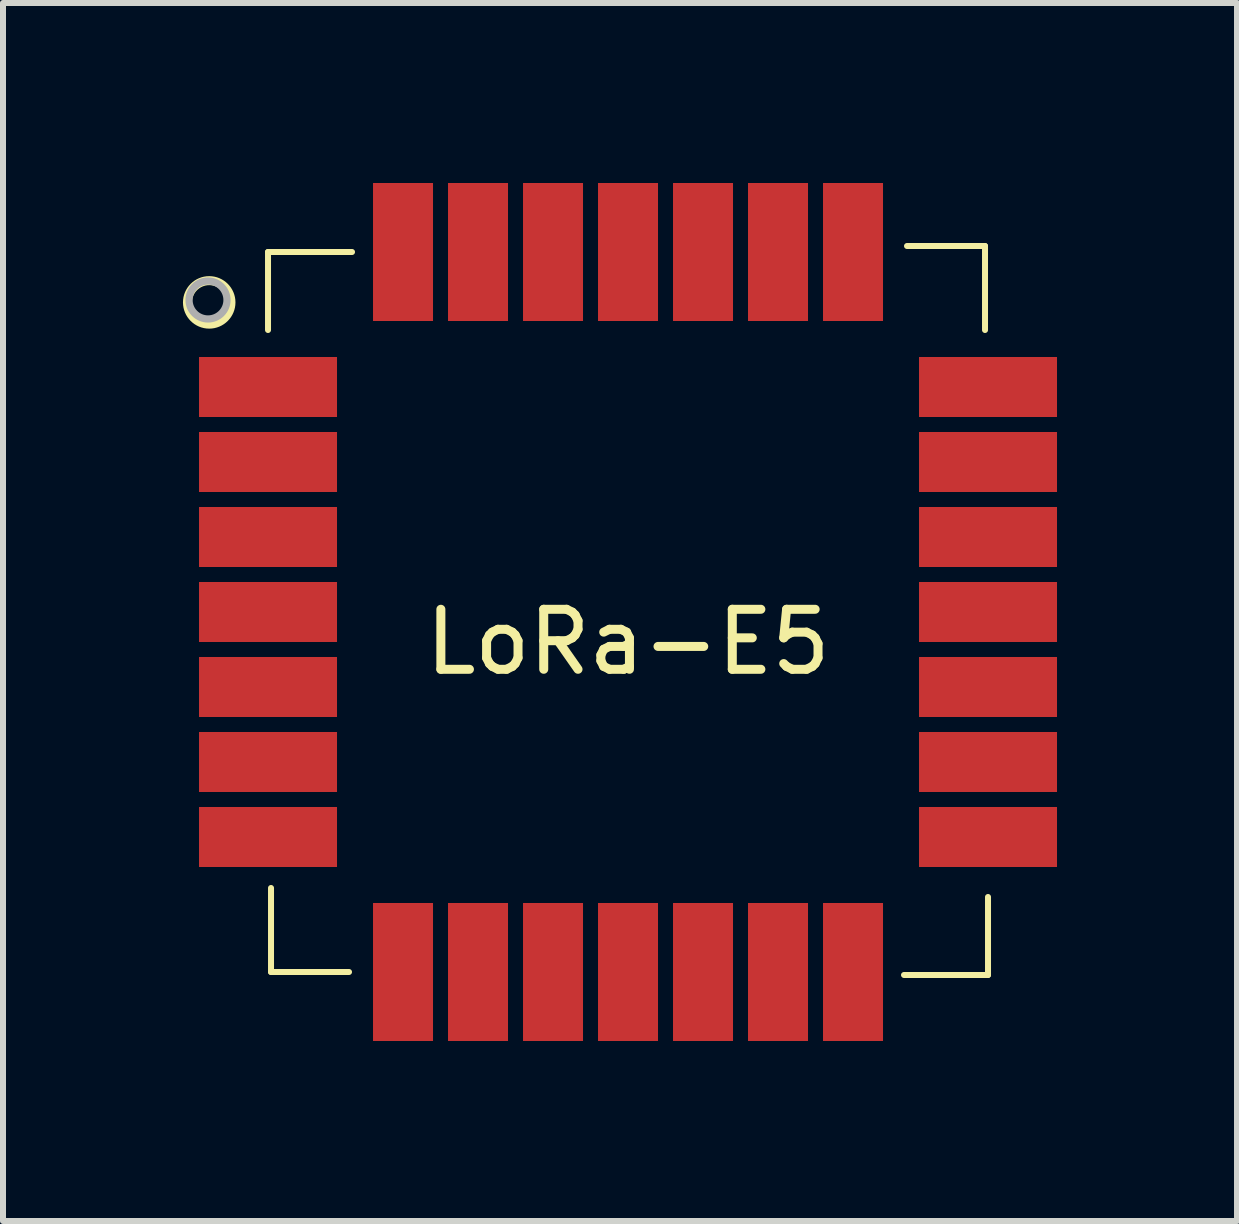
<source format=kicad_pcb>
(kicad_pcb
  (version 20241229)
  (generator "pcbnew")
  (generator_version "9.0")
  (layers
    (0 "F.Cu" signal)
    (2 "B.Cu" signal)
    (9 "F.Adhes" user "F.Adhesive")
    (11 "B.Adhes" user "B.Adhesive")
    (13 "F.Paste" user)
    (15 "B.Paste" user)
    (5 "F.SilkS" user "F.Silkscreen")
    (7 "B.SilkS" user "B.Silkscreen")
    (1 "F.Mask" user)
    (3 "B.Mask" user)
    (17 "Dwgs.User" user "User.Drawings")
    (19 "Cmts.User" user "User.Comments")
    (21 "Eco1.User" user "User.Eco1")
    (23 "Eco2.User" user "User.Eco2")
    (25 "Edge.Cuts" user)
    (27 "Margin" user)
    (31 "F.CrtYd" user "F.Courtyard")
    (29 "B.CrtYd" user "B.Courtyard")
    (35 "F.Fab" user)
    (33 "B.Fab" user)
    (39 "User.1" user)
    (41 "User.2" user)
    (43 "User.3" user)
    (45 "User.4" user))
  (footprint "LoRa-E5"
    (layer "F.Cu")
    (at 7.417 7.15)
    (property "Reference" "LoRa-E5" (at 0 0.5 0) (layer "F.SilkS") (effects (font (size 1 1) (thickness 0.15))))
    (attr through_hole)
    (fp_line (start -6 -6) (end -4.6 -6) (stroke (width 0.1) (type default)) (layer "F.SilkS"))
    (fp_line (start -6 -4.7) (end -6 -6) (stroke (width 0.1) (type default)) (layer "F.SilkS"))
    (fp_line (start -5.95 6) (end -5.95 4.6) (stroke (width 0.1) (type default)) (layer "F.SilkS"))
    (fp_line (start -4.65 6) (end -5.95 6) (stroke (width 0.1) (type default)) (layer "F.SilkS"))
    (fp_line (start 4.65 -6.1) (end 5.95 -6.1) (stroke (width 0.1) (type default)) (layer "F.SilkS"))
    (fp_line (start 5.95 -6.1) (end 5.95 -4.7) (stroke (width 0.1) (type default)) (layer "F.SilkS"))
    (fp_line (start 6 4.75) (end 6 6.05) (stroke (width 0.1) (type default)) (layer "F.SilkS"))
    (fp_line (start 6 6.05) (end 4.6 6.05) (stroke (width 0.1) (type default)) (layer "F.SilkS"))
    (fp_circle (center -6.98 -5.16) (end -6.66 -4.99) (stroke (width 0.15) (type solid)) (fill no) (layer "F.SilkS"))
    (fp_circle (center -7 -5.2) (end -6.7 -5.1) (stroke (width 0.12) (type solid)) (fill no) (layer "F.Fab"))
    (pad "1" smd rect (at -6 -3.75 90) (size 1 2.3) (layers "F.Cu" "F.Mask" "F.Paste"))
    (pad "2" smd rect (at -6 -2.5 90) (size 1 2.3) (layers "F.Cu" "F.Mask" "F.Paste"))
    (pad "3" smd rect (at -6 -1.25 90) (size 1 2.3) (layers "F.Cu" "F.Mask" "F.Paste"))
    (pad "4" smd rect (at -6 0 90) (size 1 2.3) (layers "F.Cu" "F.Mask" "F.Paste"))
    (pad "5" smd rect (at -6 1.25 90) (size 1 2.3) (layers "F.Cu" "F.Mask" "F.Paste"))
    (pad "6" smd rect (at -6 2.5 90) (size 1 2.3) (layers "F.Cu" "F.Mask" "F.Paste"))
    (pad "7" smd rect (at -6 3.75 90) (size 1 2.3) (layers "F.Cu" "F.Mask" "F.Paste"))
    (pad "8" smd rect (at -3.75 6 180) (size 1 2.3) (layers "F.Cu" "F.Mask" "F.Paste"))
    (pad "9" smd rect (at -2.5 6 180) (size 1 2.3) (layers "F.Cu" "F.Mask" "F.Paste"))
    (pad "10" smd rect (at -1.25 6 180) (size 1 2.3) (layers "F.Cu" "F.Mask" "F.Paste"))
    (pad "11" smd rect (at 0 6 180) (size 1 2.3) (layers "F.Cu" "F.Mask" "F.Paste"))
    (pad "12" smd rect (at 1.25 6 180) (size 1 2.3) (layers "F.Cu" "F.Mask" "F.Paste"))
    (pad "13" smd rect (at 2.5 6 180) (size 1 2.3) (layers "F.Cu" "F.Mask" "F.Paste"))
    (pad "14" smd rect (at 3.75 6 180) (size 1 2.3) (layers "F.Cu" "F.Mask" "F.Paste"))
    (pad "15" smd rect (at 6 3.75 270) (size 1 2.3) (layers "F.Cu" "F.Mask" "F.Paste"))
    (pad "16" smd rect (at 6 2.5 270) (size 1 2.3) (layers "F.Cu" "F.Mask" "F.Paste"))
    (pad "17" smd rect (at 6 1.25 270) (size 1 2.3) (layers "F.Cu" "F.Mask" "F.Paste"))
    (pad "18" smd rect (at 6 0 270) (size 1 2.3) (layers "F.Cu" "F.Mask" "F.Paste"))
    (pad "19" smd rect (at 6 -1.25 270) (size 1 2.3) (layers "F.Cu" "F.Mask" "F.Paste"))
    (pad "20" smd rect (at 6 -2.5 270) (size 1 2.3) (layers "F.Cu" "F.Mask" "F.Paste"))
    (pad "21" smd rect (at 6 -3.75 270) (size 1 2.3) (layers "F.Cu" "F.Mask" "F.Paste"))
    (pad "22" smd rect (at 3.75 -6) (size 1 2.3) (layers "F.Cu" "F.Mask" "F.Paste"))
    (pad "23" smd rect (at 2.5 -6) (size 1 2.3) (layers "F.Cu" "F.Mask" "F.Paste"))
    (pad "24" smd rect (at 1.25 -6) (size 1 2.3) (layers "F.Cu" "F.Mask" "F.Paste"))
    (pad "25" smd rect (at 0 -6) (size 1 2.3) (layers "F.Cu" "F.Mask" "F.Paste"))
    (pad "26" smd rect (at -1.25 -6) (size 1 2.3) (layers "F.Cu" "F.Mask" "F.Paste"))
    (pad "27" smd rect (at -2.5 -6) (size 1 2.3) (layers "F.Cu" "F.Mask" "F.Paste"))
    (pad "28" smd rect (at -3.75 -6) (size 1 2.3) (layers "F.Cu" "F.Mask" "F.Paste")))
  (gr_rect
    (start -3 -3)
    (end 17.567 17.3)
    (stroke (width 0.1) (type default))
    (fill no)
    (layer "Edge.Cuts")))
</source>
